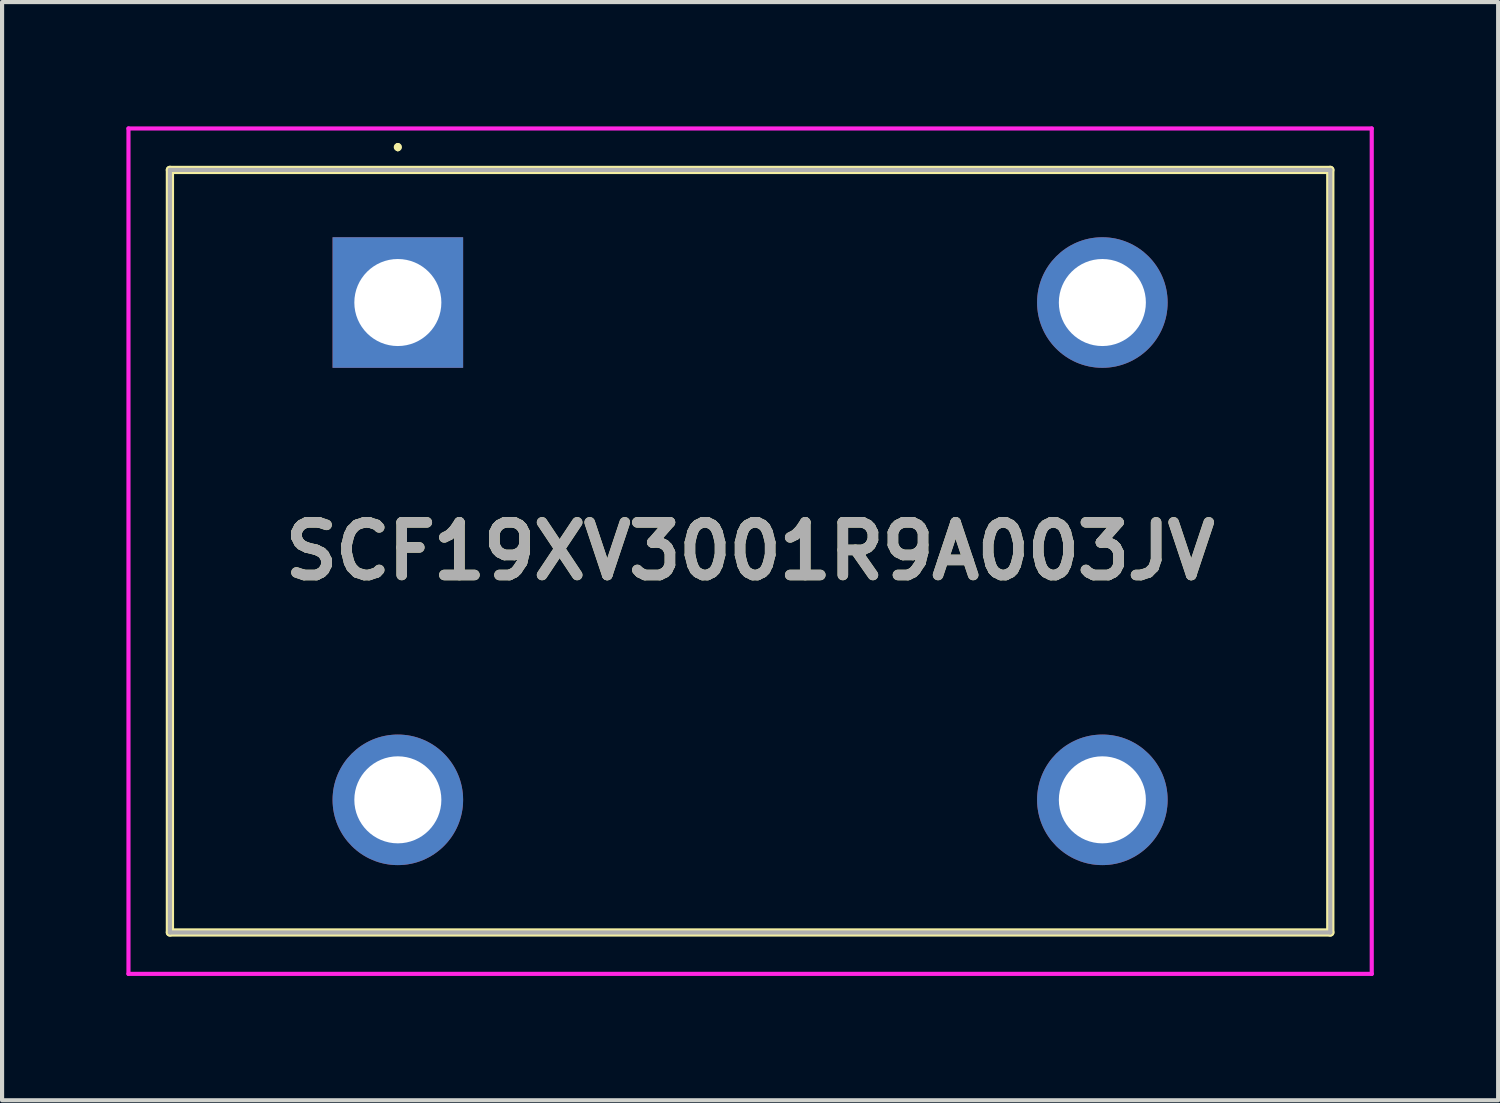
<source format=kicad_pcb>
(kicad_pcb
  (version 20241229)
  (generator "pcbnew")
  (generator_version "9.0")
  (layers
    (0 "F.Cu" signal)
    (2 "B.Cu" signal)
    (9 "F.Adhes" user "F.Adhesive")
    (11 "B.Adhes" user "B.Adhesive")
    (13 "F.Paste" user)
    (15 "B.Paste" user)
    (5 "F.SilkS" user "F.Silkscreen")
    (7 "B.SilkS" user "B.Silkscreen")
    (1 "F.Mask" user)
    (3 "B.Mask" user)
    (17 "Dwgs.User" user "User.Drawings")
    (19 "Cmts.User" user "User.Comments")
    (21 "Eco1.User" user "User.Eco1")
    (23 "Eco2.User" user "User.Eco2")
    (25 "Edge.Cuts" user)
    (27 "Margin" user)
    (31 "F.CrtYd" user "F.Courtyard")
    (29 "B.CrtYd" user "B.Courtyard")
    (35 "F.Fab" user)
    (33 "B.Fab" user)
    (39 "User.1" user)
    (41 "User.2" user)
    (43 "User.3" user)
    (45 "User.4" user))
  (footprint "SCF19XV3001R9A003JV"
    (layer "F.Cu")
    (at 6.55 4.25)
    (property "Reference" "SCF19XV3001R9A003JV" (at 8.5 6 0) (layer "F.SilkS") (effects (font (size 1.27 1.27) (thickness 0.254))))
    (attr through_hole)
    (fp_line (start -5.5 -3.2) (end 22.5 -3.2) (stroke (width 0.2) (type solid)) (layer "F.SilkS"))
    (fp_line (start -5.5 15.2) (end -5.5 -3.2) (stroke (width 0.2) (type solid)) (layer "F.SilkS"))
    (fp_line (start 0 -3.8) (end 0 -3.8) (stroke (width 0.1) (type solid)) (layer "F.SilkS"))
    (fp_line (start 0 -3.7) (end 0 -3.7) (stroke (width 0.1) (type solid)) (layer "F.SilkS"))
    (fp_line (start 22.5 -3.2) (end 22.5 15.2) (stroke (width 0.2) (type solid)) (layer "F.SilkS"))
    (fp_line (start 22.5 15.2) (end -5.5 15.2) (stroke (width 0.2) (type solid)) (layer "F.SilkS"))
    (fp_arc (start 0 -3.8) (mid 0.05 -3.75) (end 0 -3.7) (stroke (width 0.1) (type solid)) (layer "F.SilkS"))
    (fp_arc (start 0 -3.7) (mid -0.05 -3.75) (end 0 -3.8) (stroke (width 0.1) (type solid)) (layer "F.SilkS"))
    (fp_line (start -6.5 -4.2) (end 23.5 -4.2) (stroke (width 0.1) (type solid)) (layer "F.CrtYd"))
    (fp_line (start -6.5 16.2) (end -6.5 -4.2) (stroke (width 0.1) (type solid)) (layer "F.CrtYd"))
    (fp_line (start 23.5 -4.2) (end 23.5 16.2) (stroke (width 0.1) (type solid)) (layer "F.CrtYd"))
    (fp_line (start 23.5 16.2) (end -6.5 16.2) (stroke (width 0.1) (type solid)) (layer "F.CrtYd"))
    (fp_line (start -5.5 -3.2) (end -5.5 15.2) (stroke (width 0.1) (type solid)) (layer "F.Fab"))
    (fp_line (start -5.5 15.2) (end 22.5 15.2) (stroke (width 0.1) (type solid)) (layer "F.Fab"))
    (fp_line (start 22.5 -3.2) (end -5.5 -3.2) (stroke (width 0.1) (type solid)) (layer "F.Fab"))
    (fp_line (start 22.5 15.2) (end 22.5 -3.2) (stroke (width 0.1) (type solid)) (layer "F.Fab"))
    (fp_text user "${REFERENCE}" (at 8.5 6 0) (layer "F.Fab") (effects (font (size 1.27 1.27) (thickness 0.254))))
    (pad "1" thru_hole rect (at 0 0) (size 3.15 3.15) (drill 2.1) (layers "*.Cu" "*.Mask"))
    (pad "2" thru_hole circle (at 0 12) (size 3.15 3.15) (drill 2.1) (layers "*.Cu" "*.Mask"))
    (pad "3" thru_hole circle (at 17 12) (size 3.15 3.15) (drill 2.1) (layers "*.Cu" "*.Mask"))
    (pad "4" thru_hole circle (at 17 0) (size 3.15 3.15) (drill 2.1) (layers "*.Cu" "*.Mask")))
  (gr_rect
    (start -3 -3)
    (end 33.1 23.5)
    (stroke (width 0.1) (type default))
    (fill no)
    (layer "Edge.Cuts")))
</source>
